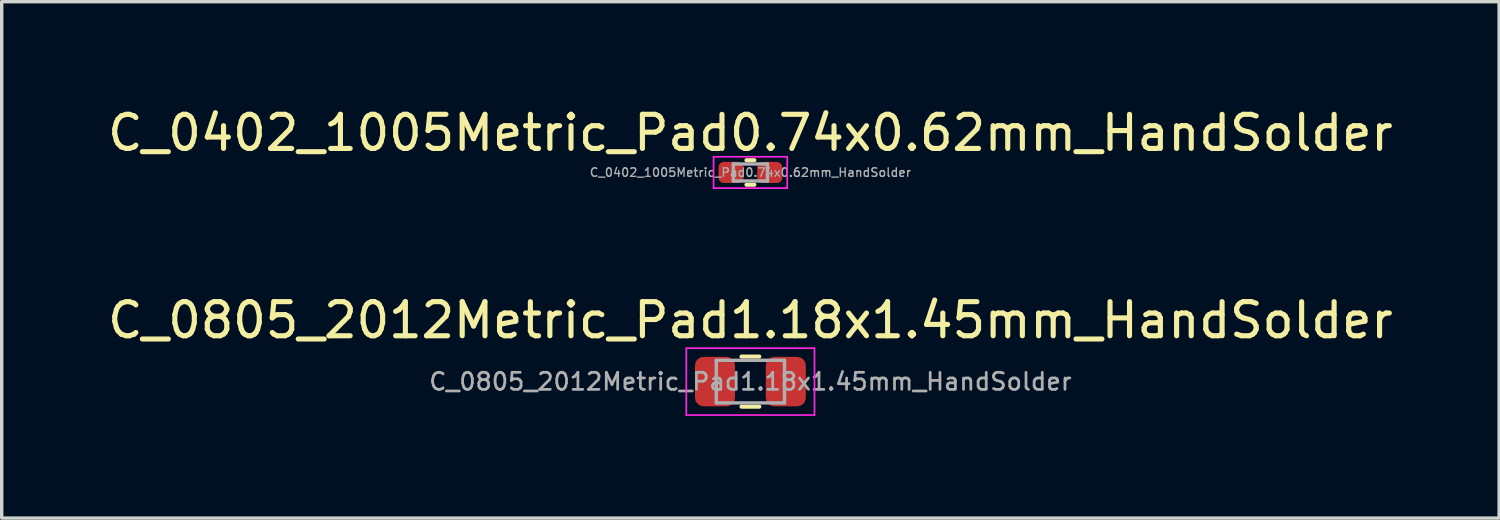
<source format=kicad_pcb>
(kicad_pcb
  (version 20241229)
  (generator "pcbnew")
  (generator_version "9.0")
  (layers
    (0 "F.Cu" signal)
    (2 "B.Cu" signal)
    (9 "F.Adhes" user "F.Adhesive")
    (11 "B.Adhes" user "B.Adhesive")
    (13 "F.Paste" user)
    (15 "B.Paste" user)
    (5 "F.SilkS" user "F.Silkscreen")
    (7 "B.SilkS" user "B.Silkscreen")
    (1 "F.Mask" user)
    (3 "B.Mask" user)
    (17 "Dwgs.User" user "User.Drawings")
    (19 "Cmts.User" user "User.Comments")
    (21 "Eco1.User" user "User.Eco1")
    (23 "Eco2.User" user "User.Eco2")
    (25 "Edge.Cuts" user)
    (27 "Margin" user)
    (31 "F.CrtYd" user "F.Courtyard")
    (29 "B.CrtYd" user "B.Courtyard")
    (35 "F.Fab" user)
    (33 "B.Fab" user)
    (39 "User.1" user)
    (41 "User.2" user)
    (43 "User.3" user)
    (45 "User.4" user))
  (footprint "C_0402_1005Metric_Pad0.74x0.62mm_HandSolder"
    (layer "F.Cu")
    (at 18.958 2.008)
    (property "Reference" "C_0402_1005Metric_Pad0.74x0.62mm_HandSolder" (at 0 -1.16 0) (layer "F.SilkS") (effects (font (size 1 1) (thickness 0.15))))
    (attr smd)
    (fp_line (start -0.116 -0.36) (end 0.116 -0.36) (stroke (width 0.12) (type solid)) (layer "F.SilkS"))
    (fp_line (start -0.116 0.36) (end 0.116 0.36) (stroke (width 0.12) (type solid)) (layer "F.SilkS"))
    (fp_line (start -1.08 -0.46) (end 1.08 -0.46) (stroke (width 0.05) (type solid)) (layer "F.CrtYd"))
    (fp_line (start -1.08 0.46) (end -1.08 -0.46) (stroke (width 0.05) (type solid)) (layer "F.CrtYd"))
    (fp_line (start 1.08 -0.46) (end 1.08 0.46) (stroke (width 0.05) (type solid)) (layer "F.CrtYd"))
    (fp_line (start 1.08 0.46) (end -1.08 0.46) (stroke (width 0.05) (type solid)) (layer "F.CrtYd"))
    (fp_line (start -0.5 -0.25) (end 0.5 -0.25) (stroke (width 0.1) (type solid)) (layer "F.Fab"))
    (fp_line (start -0.5 0.25) (end -0.5 -0.25) (stroke (width 0.1) (type solid)) (layer "F.Fab"))
    (fp_line (start 0.5 -0.25) (end 0.5 0.25) (stroke (width 0.1) (type solid)) (layer "F.Fab"))
    (fp_line (start 0.5 0.25) (end -0.5 0.25) (stroke (width 0.1) (type solid)) (layer "F.Fab"))
    (fp_text user "${REFERENCE}" (at 0 0 0) (layer "F.Fab") (effects (font (size 0.25 0.25) (thickness 0.04))))
    (pad "1" smd roundrect (at -0.568 0) (size 0.735 0.62) (layers "F.Cu" "F.Mask" "F.Paste") (roundrect_rratio 0.25))
    (pad "2" smd roundrect (at 0.568 0) (size 0.735 0.62) (layers "F.Cu" "F.Mask" "F.Paste") (roundrect_rratio 0.25)))
  (footprint "C_0805_2012Metric_Pad1.18x1.45mm_HandSolder"
    (layer "F.Cu")
    (at 18.958 8.142)
    (property "Reference" "C_0805_2012Metric_Pad1.18x1.45mm_HandSolder" (at 0 -1.8 180) (layer "F.SilkS") (effects (font (size 1 1) (thickness 0.15))))
    (attr smd)
    (fp_line (start -0.261 -0.735) (end 0.261 -0.735) (stroke (width 0.12) (type solid)) (layer "F.SilkS"))
    (fp_line (start -0.261 0.735) (end 0.261 0.735) (stroke (width 0.12) (type solid)) (layer "F.SilkS"))
    (fp_line (start -1.88 -0.98) (end 1.88 -0.98) (stroke (width 0.05) (type solid)) (layer "F.CrtYd"))
    (fp_line (start -1.88 0.98) (end -1.88 -0.98) (stroke (width 0.05) (type solid)) (layer "F.CrtYd"))
    (fp_line (start 1.88 -0.98) (end 1.88 0.98) (stroke (width 0.05) (type solid)) (layer "F.CrtYd"))
    (fp_line (start 1.88 0.98) (end -1.88 0.98) (stroke (width 0.05) (type solid)) (layer "F.CrtYd"))
    (fp_line (start -1 -0.625) (end 1 -0.625) (stroke (width 0.1) (type solid)) (layer "F.Fab"))
    (fp_line (start -1 0.625) (end -1 -0.625) (stroke (width 0.1) (type solid)) (layer "F.Fab"))
    (fp_line (start 1 -0.625) (end 1 0.625) (stroke (width 0.1) (type solid)) (layer "F.Fab"))
    (fp_line (start 1 0.625) (end -1 0.625) (stroke (width 0.1) (type solid)) (layer "F.Fab"))
    (fp_text user "${REFERENCE}" (at 0 0 180) (layer "F.Fab") (effects (font (size 0.5 0.5) (thickness 0.08))))
    (pad "1" smd roundrect (at -1.038 0) (size 1.175 1.45) (layers "F.Cu" "F.Mask" "F.Paste") (roundrect_rratio 0.213))
    (pad "2" smd roundrect (at 1.038 0) (size 1.175 1.45) (layers "F.Cu" "F.Mask" "F.Paste") (roundrect_rratio 0.213)))
  (gr_rect
    (start -3 -3)
    (end 40.917 12.146)
    (stroke (width 0.1) (type default))
    (fill no)
    (layer "Edge.Cuts")))
</source>
